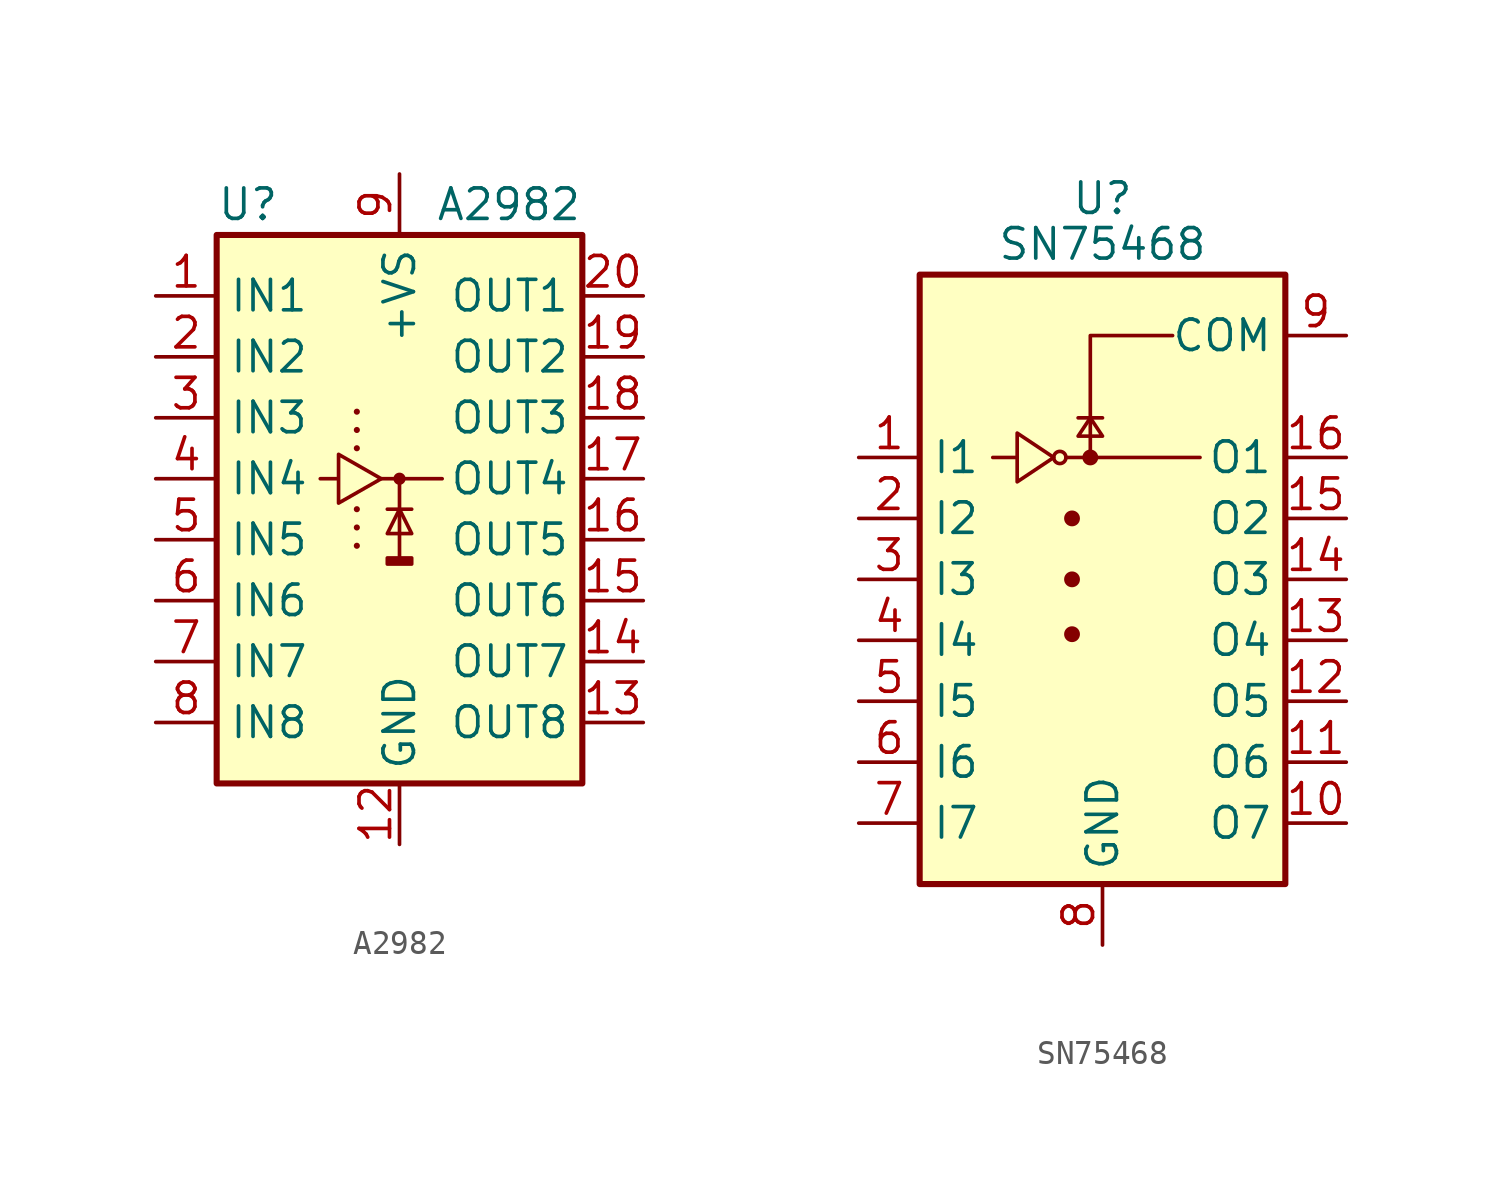
<source format=kicad_sym>
(kicad_symbol_lib
  (version 20211014)
  (generator kicad_symbol_editor)
  (symbol "A2982"
    (property "Reference" "U"
      (at -7.62 11.43 0)
      (effects (font (size 1.27 1.27)) (justify left)))
    (property "Value" "A2982"
      (at 7.62 11.43 0)
      (effects (font (size 1.27 1.27)) (justify right)))
    (symbol "A2982_0_1"
      (rectangle (start -7.62 10.16) (end 7.62 -12.7) (stroke (width 0.254) (type default) (color 0 0 0 0)) (fill (type background)))
      (rectangle (start -0.508 -3.302) (end 0.508 -3.556) (stroke (width 0) (type default) (color 0 0 0 0)) (fill (type outline)))
      (polyline (pts (xy -1.778 -2.794) (xy -1.778 -2.794)) (stroke (width 0.254) (type default) (color 0 0 0 0)) (fill (type none)))
      (polyline (pts (xy -1.778 -2.032) (xy -1.778 -2.032)) (stroke (width 0.254) (type default) (color 0 0 0 0)) (fill (type none)))
      (polyline (pts (xy -1.778 -1.27) (xy -1.778 -1.27)) (stroke (width 0.254) (type default) (color 0 0 0 0)) (fill (type none)))
      (polyline (pts (xy -1.778 1.27) (xy -1.778 1.27)) (stroke (width 0.254) (type default) (color 0 0 0 0)) (fill (type none)))
      (polyline (pts (xy -1.778 2.032) (xy -1.778 2.032)) (stroke (width 0.254) (type default) (color 0 0 0 0)) (fill (type none)))
      (polyline (pts (xy -1.778 2.794) (xy -1.778 2.794)) (stroke (width 0.254) (type default) (color 0 0 0 0)) (fill (type none)))
      (polyline (pts (xy -0.762 0) (xy 1.778 0)) (stroke (width 0) (type default) (color 0 0 0 0)) (fill (type none)))
      (polyline (pts (xy -0.508 -1.27) (xy 0.508 -1.27)) (stroke (width 0) (type default) (color 0 0 0 0)) (fill (type none)))
      (polyline (pts (xy 0 0) (xy 0 -3.302)) (stroke (width 0) (type default) (color 0 0 0 0)) (fill (type none)))
      (polyline (pts (xy 0 0) (xy 0 0)) (stroke (width 0.508) (type default) (color 0 0 0 0)) (fill (type none)))
      (polyline (pts (xy 0 -1.27) (xy -0.508 -2.286) (xy 0.508 -2.286) (xy 0 -1.27)) (stroke (width 0) (type default) (color 0 0 0 0)) (fill (type none)))
      (polyline (pts (xy -3.302 0) (xy -2.54 0) (xy -2.54 1.016) (xy -0.762 0) (xy -2.54 -1.016) (xy -2.54 0)) (stroke (width 0) (type default) (color 0 0 0 0)) (fill (type none))))
    (symbol "A2982_1_1"
      (pin input line (at -10.16 7.62 0) (length 2.54) (name "IN1" (effects (font (size 1.27 1.27)))) (number "1" (effects (font (size 1.27 1.27)))))
      (pin no_connect line (at -2.54 -12.7 90) (length 2.54) hide (name "NC" (effects (font (size 1.27 1.27)))) (number "10" (effects (font (size 1.27 1.27)))))
      (pin no_connect line (at 2.54 -12.7 90) (length 2.54) hide (name "NC" (effects (font (size 1.27 1.27)))) (number "11" (effects (font (size 1.27 1.27)))))
      (pin power_in line (at 0 -15.24 90) (length 2.54) (name "GND" (effects (font (size 1.27 1.27)))) (number "12" (effects (font (size 1.27 1.27)))))
      (pin open_emitter line (at 10.16 -10.16 180) (length 2.54) (name "OUT8" (effects (font (size 1.27 1.27)))) (number "13" (effects (font (size 1.27 1.27)))))
      (pin open_emitter line (at 10.16 -7.62 180) (length 2.54) (name "OUT7" (effects (font (size 1.27 1.27)))) (number "14" (effects (font (size 1.27 1.27)))))
      (pin open_emitter line (at 10.16 -5.08 180) (length 2.54) (name "OUT6" (effects (font (size 1.27 1.27)))) (number "15" (effects (font (size 1.27 1.27)))))
      (pin open_emitter line (at 10.16 -2.54 180) (length 2.54) (name "OUT5" (effects (font (size 1.27 1.27)))) (number "16" (effects (font (size 1.27 1.27)))))
      (pin open_emitter line (at 10.16 0 180) (length 2.54) (name "OUT4" (effects (font (size 1.27 1.27)))) (number "17" (effects (font (size 1.27 1.27)))))
      (pin open_emitter line (at 10.16 2.54 180) (length 2.54) (name "OUT3" (effects (font (size 1.27 1.27)))) (number "18" (effects (font (size 1.27 1.27)))))
      (pin open_emitter line (at 10.16 5.08 180) (length 2.54) (name "OUT2" (effects (font (size 1.27 1.27)))) (number "19" (effects (font (size 1.27 1.27)))))
      (pin input line (at -10.16 5.08 0) (length 2.54) (name "IN2" (effects (font (size 1.27 1.27)))) (number "2" (effects (font (size 1.27 1.27)))))
      (pin open_emitter line (at 10.16 7.62 180) (length 2.54) (name "OUT1" (effects (font (size 1.27 1.27)))) (number "20" (effects (font (size 1.27 1.27)))))
      (pin input line (at -10.16 2.54 0) (length 2.54) (name "IN3" (effects (font (size 1.27 1.27)))) (number "3" (effects (font (size 1.27 1.27)))))
      (pin input line (at -10.16 0 0) (length 2.54) (name "IN4" (effects (font (size 1.27 1.27)))) (number "4" (effects (font (size 1.27 1.27)))))
      (pin input line (at -10.16 -2.54 0) (length 2.54) (name "IN5" (effects (font (size 1.27 1.27)))) (number "5" (effects (font (size 1.27 1.27)))))
      (pin input line (at -10.16 -5.08 0) (length 2.54) (name "IN6" (effects (font (size 1.27 1.27)))) (number "6" (effects (font (size 1.27 1.27)))))
      (pin input line (at -10.16 -7.62 0) (length 2.54) (name "IN7" (effects (font (size 1.27 1.27)))) (number "7" (effects (font (size 1.27 1.27)))))
      (pin input line (at -10.16 -10.16 0) (length 2.54) (name "IN8" (effects (font (size 1.27 1.27)))) (number "8" (effects (font (size 1.27 1.27)))))
      (pin power_in line (at 0 12.7 270) (length 2.54) (name "+VS" (effects (font (size 1.27 1.27)))) (number "9" (effects (font (size 1.27 1.27)))))))
  (symbol "SN75468"
    (property "Reference" "U"
      (at 0 15.875 0)
      (effects (font (size 1.27 1.27))))
    (property "Value" "SN75468"
      (at 0 13.97 0)
      (effects (font (size 1.27 1.27))))
    (symbol "SN75468_0_1"
      (rectangle (start -7.62 -12.7) (end 7.62 12.7) (stroke (width 0.254) (type default) (color 0 0 0 0)) (fill (type background)))
      (circle (center -1.778 5.08) (radius 0.254) (stroke (width 0) (type default) (color 0 0 0 0)) (fill (type none)))
      (circle (center -1.27 -2.286) (radius 0.254) (stroke (width 0) (type default) (color 0 0 0 0)) (fill (type outline)))
      (circle (center -1.27 0) (radius 0.254) (stroke (width 0) (type default) (color 0 0 0 0)) (fill (type outline)))
      (circle (center -1.27 2.54) (radius 0.254) (stroke (width 0) (type default) (color 0 0 0 0)) (fill (type outline)))
      (circle (center -0.508 5.08) (radius 0.254) (stroke (width 0) (type default) (color 0 0 0 0)) (fill (type outline)))
      (polyline (pts (xy -4.572 5.08) (xy -3.556 5.08)) (stroke (width 0) (type default) (color 0 0 0 0)) (fill (type none)))
      (polyline (pts (xy -1.524 5.08) (xy 4.064 5.08)) (stroke (width 0) (type default) (color 0 0 0 0)) (fill (type none)))
      (polyline (pts (xy 0 6.731) (xy -1.016 6.731)) (stroke (width 0) (type default) (color 0 0 0 0)) (fill (type none)))
      (polyline (pts (xy -0.508 5.08) (xy -0.508 10.16) (xy 2.921 10.16)) (stroke (width 0) (type default) (color 0 0 0 0)) (fill (type none)))
      (polyline (pts (xy -3.556 6.096) (xy -3.556 4.064) (xy -2.032 5.08) (xy -3.556 6.096)) (stroke (width 0) (type default) (color 0 0 0 0)) (fill (type none)))
      (polyline (pts (xy 0 5.969) (xy -1.016 5.969) (xy -0.508 6.731) (xy 0 5.969)) (stroke (width 0) (type default) (color 0 0 0 0)) (fill (type none))))
    (symbol "SN75468_1_1"
      (pin input line (at -10.16 5.08 0) (length 2.54) (name "I1" (effects (font (size 1.27 1.27)))) (number "1" (effects (font (size 1.27 1.27)))))
      (pin open_collector line (at 10.16 -10.16 180) (length 2.54) (name "O7" (effects (font (size 1.27 1.27)))) (number "10" (effects (font (size 1.27 1.27)))))
      (pin open_collector line (at 10.16 -7.62 180) (length 2.54) (name "O6" (effects (font (size 1.27 1.27)))) (number "11" (effects (font (size 1.27 1.27)))))
      (pin open_collector line (at 10.16 -5.08 180) (length 2.54) (name "O5" (effects (font (size 1.27 1.27)))) (number "12" (effects (font (size 1.27 1.27)))))
      (pin open_collector line (at 10.16 -2.54 180) (length 2.54) (name "O4" (effects (font (size 1.27 1.27)))) (number "13" (effects (font (size 1.27 1.27)))))
      (pin open_collector line (at 10.16 0 180) (length 2.54) (name "O3" (effects (font (size 1.27 1.27)))) (number "14" (effects (font (size 1.27 1.27)))))
      (pin open_collector line (at 10.16 2.54 180) (length 2.54) (name "O2" (effects (font (size 1.27 1.27)))) (number "15" (effects (font (size 1.27 1.27)))))
      (pin open_collector line (at 10.16 5.08 180) (length 2.54) (name "O1" (effects (font (size 1.27 1.27)))) (number "16" (effects (font (size 1.27 1.27)))))
      (pin input line (at -10.16 2.54 0) (length 2.54) (name "I2" (effects (font (size 1.27 1.27)))) (number "2" (effects (font (size 1.27 1.27)))))
      (pin input line (at -10.16 0 0) (length 2.54) (name "I3" (effects (font (size 1.27 1.27)))) (number "3" (effects (font (size 1.27 1.27)))))
      (pin input line (at -10.16 -2.54 0) (length 2.54) (name "I4" (effects (font (size 1.27 1.27)))) (number "4" (effects (font (size 1.27 1.27)))))
      (pin input line (at -10.16 -5.08 0) (length 2.54) (name "I5" (effects (font (size 1.27 1.27)))) (number "5" (effects (font (size 1.27 1.27)))))
      (pin input line (at -10.16 -7.62 0) (length 2.54) (name "I6" (effects (font (size 1.27 1.27)))) (number "6" (effects (font (size 1.27 1.27)))))
      (pin input line (at -10.16 -10.16 0) (length 2.54) (name "I7" (effects (font (size 1.27 1.27)))) (number "7" (effects (font (size 1.27 1.27)))))
      (pin power_in line (at 0 -15.24 90) (length 2.54) (name "GND" (effects (font (size 1.27 1.27)))) (number "8" (effects (font (size 1.27 1.27)))))
      (pin passive line (at 10.16 10.16 180) (length 2.54) (name "COM" (effects (font (size 1.27 1.27)))) (number "9" (effects (font (size 1.27 1.27))))))))
</source>
